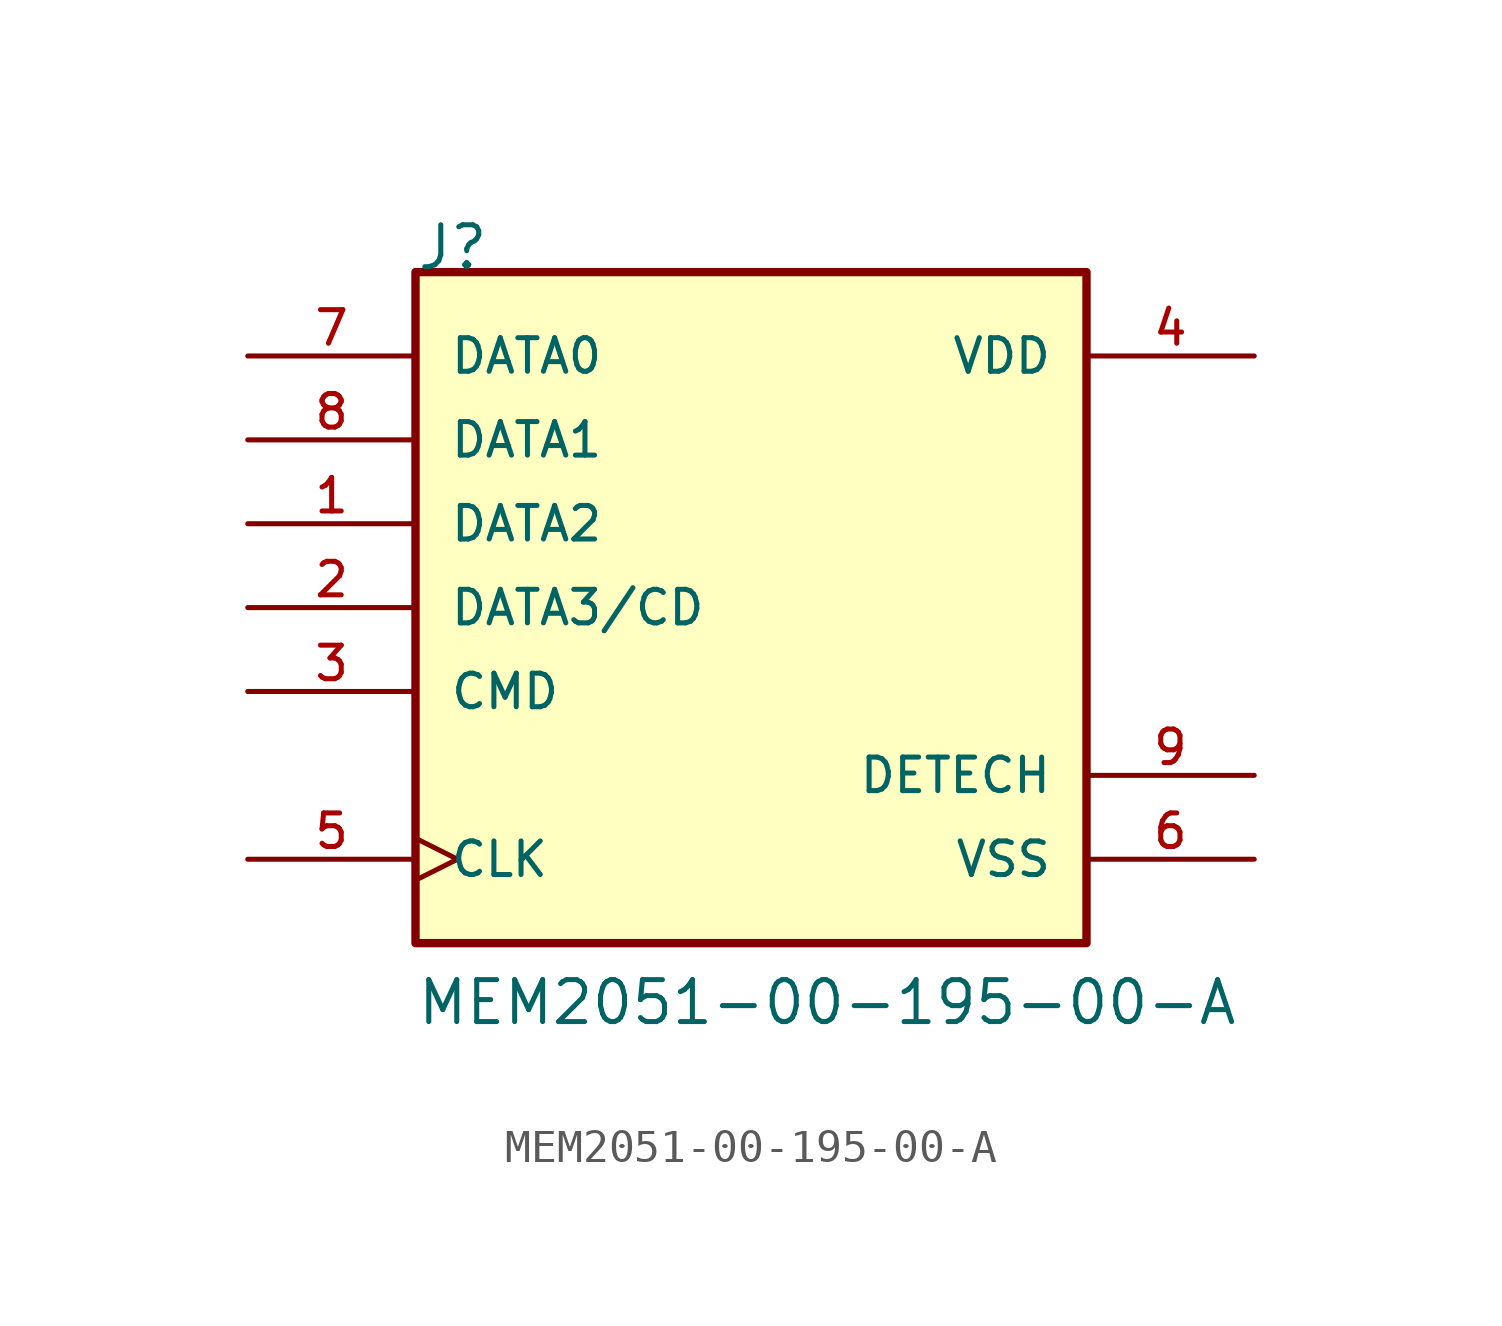
<source format=kicad_sym>
(kicad_symbol_lib
  (version 20211014)
  (generator kicad_symbol_editor)
  (symbol "MEM2051-00-195-00-A"
    (pin_names
      (offset 1.016))
    (property "Reference" "J"
      (at -10.16 10.16 0)
      (effects (font (size 1.27 1.27)) (justify bottom left)))
    (property "Value" "MEM2051-00-195-00-A"
      (at -10.16 -12.7 0)
      (effects (font (size 1.27 1.27)) (justify bottom left)))
    (symbol "MEM2051-00-195-00-A_0_0"
      (rectangle (start -10.16 -10.16) (end 10.16 10.16) (stroke (width 0.254)) (fill (type background)))
      (pin bidirectional line (at -15.24 2.54 0) (length 5.08) (name "DATA2" (effects (font (size 1.016 1.016)))) (number "1" (effects (font (size 1.016 1.016)))))
      (pin bidirectional line (at -15.24 0.0 0) (length 5.08) (name "DATA3/CD" (effects (font (size 1.016 1.016)))) (number "2" (effects (font (size 1.016 1.016)))))
      (pin bidirectional line (at -15.24 -2.54 0) (length 5.08) (name "CMD" (effects (font (size 1.016 1.016)))) (number "3" (effects (font (size 1.016 1.016)))))
      (pin power_in line (at 15.24 7.62 180.0) (length 5.08) (name "VDD" (effects (font (size 1.016 1.016)))) (number "4" (effects (font (size 1.016 1.016)))))
      (pin bidirectional clock (at -15.24 -7.62 0) (length 5.08) (name "CLK" (effects (font (size 1.016 1.016)))) (number "5" (effects (font (size 1.016 1.016)))))
      (pin power_in line (at 15.24 -7.62 180.0) (length 5.08) (name "VSS" (effects (font (size 1.016 1.016)))) (number "6" (effects (font (size 1.016 1.016)))))
      (pin bidirectional line (at -15.24 7.62 0) (length 5.08) (name "DATA0" (effects (font (size 1.016 1.016)))) (number "7" (effects (font (size 1.016 1.016)))))
      (pin bidirectional line (at -15.24 5.08 0) (length 5.08) (name "DATA1" (effects (font (size 1.016 1.016)))) (number "8" (effects (font (size 1.016 1.016)))))
      (pin passive line (at 15.24 -5.08 180.0) (length 5.08) (name "DETECH" (effects (font (size 1.016 1.016)))) (number "9" (effects (font (size 1.016 1.016))))))))
</source>
